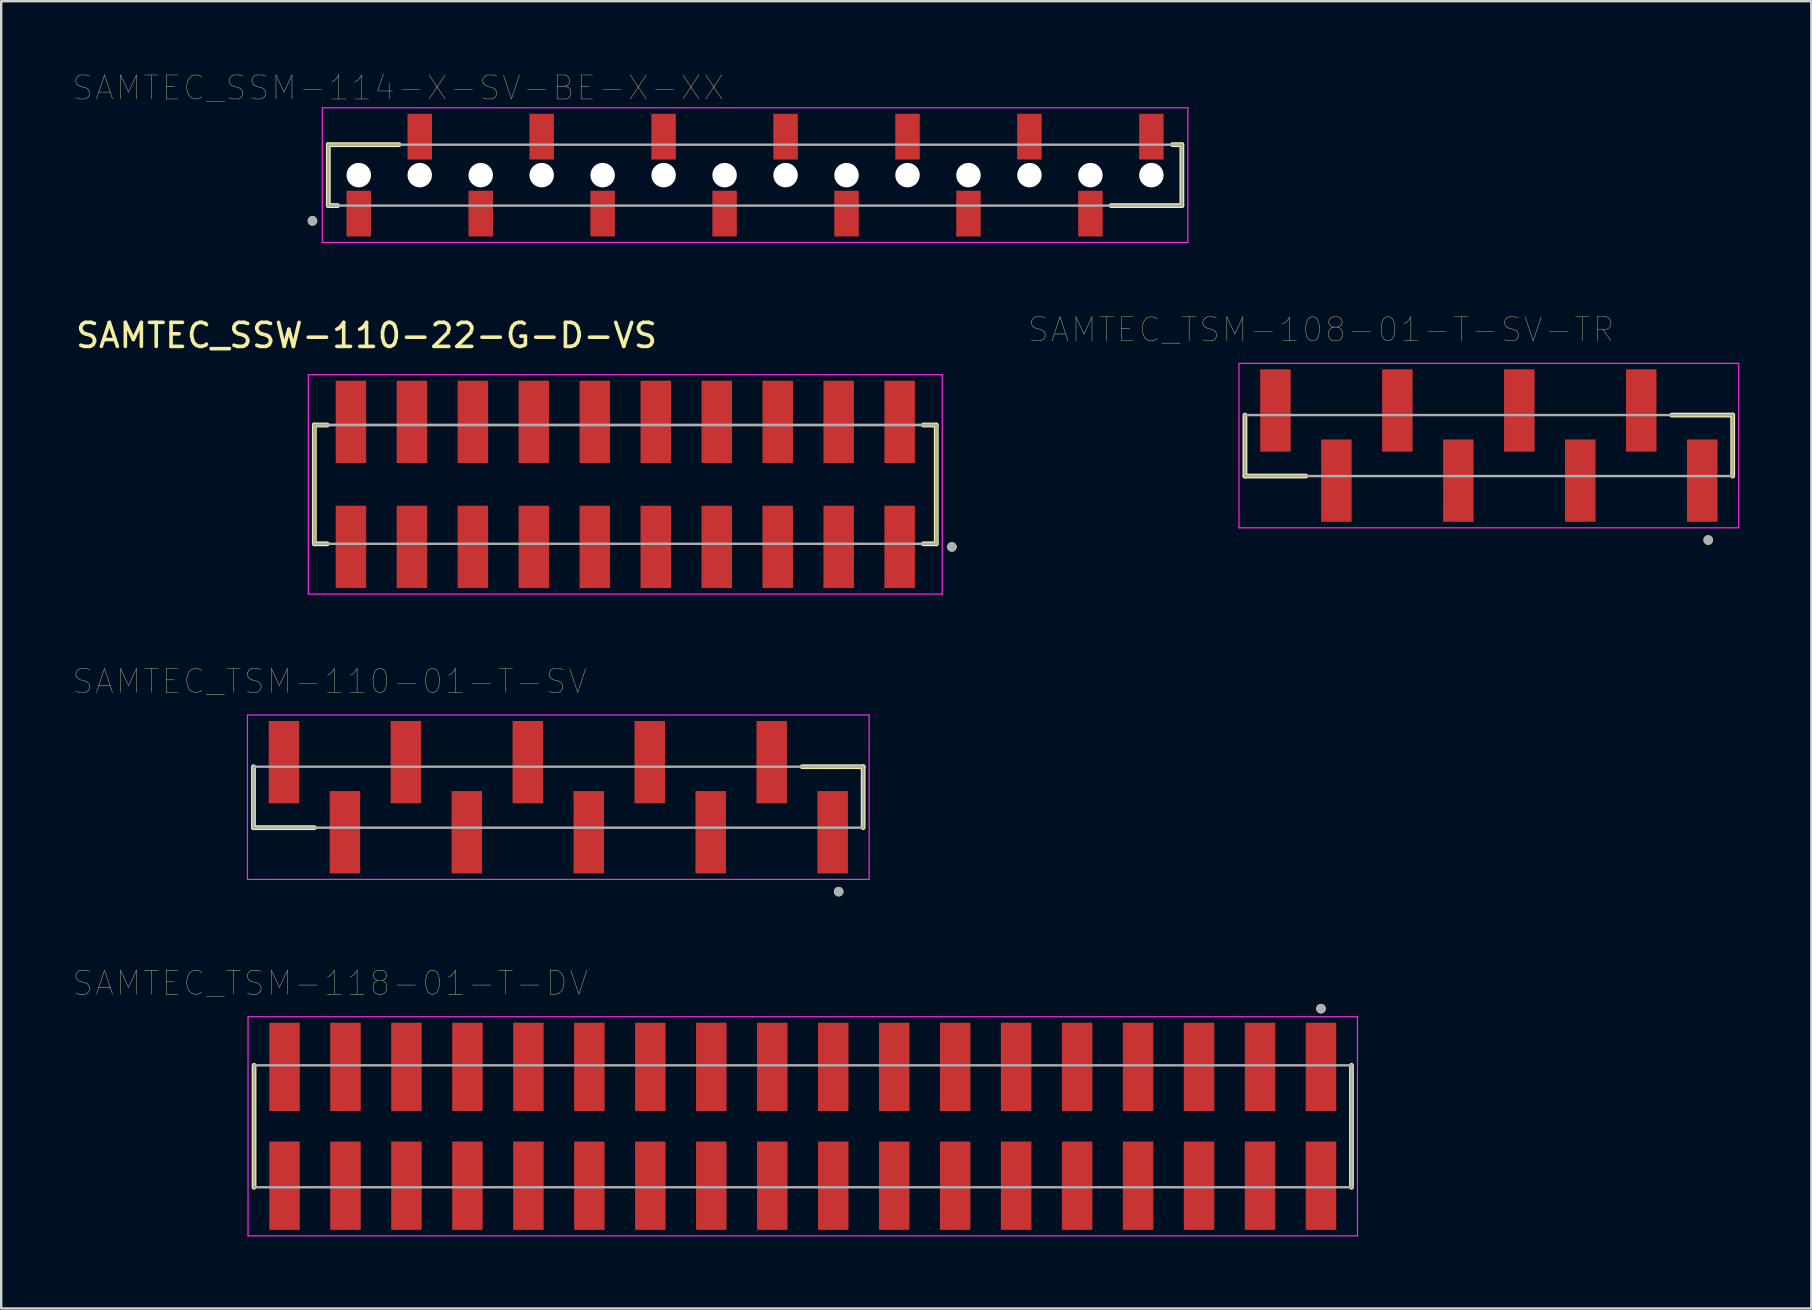
<source format=kicad_pcb>
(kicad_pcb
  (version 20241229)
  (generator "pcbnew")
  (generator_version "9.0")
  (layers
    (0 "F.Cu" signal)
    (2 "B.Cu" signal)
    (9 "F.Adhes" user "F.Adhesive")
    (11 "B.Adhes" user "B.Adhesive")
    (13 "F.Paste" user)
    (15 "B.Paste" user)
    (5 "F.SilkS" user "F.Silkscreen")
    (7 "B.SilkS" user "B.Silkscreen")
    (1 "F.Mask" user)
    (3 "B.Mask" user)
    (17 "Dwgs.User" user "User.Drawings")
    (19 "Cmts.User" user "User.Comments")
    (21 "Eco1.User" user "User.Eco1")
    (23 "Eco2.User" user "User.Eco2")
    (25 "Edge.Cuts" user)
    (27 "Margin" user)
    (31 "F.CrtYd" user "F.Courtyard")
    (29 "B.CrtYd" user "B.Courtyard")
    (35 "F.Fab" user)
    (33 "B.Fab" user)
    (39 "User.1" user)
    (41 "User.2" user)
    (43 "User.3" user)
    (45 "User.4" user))
  (footprint "SAMTEC_SSM-114-X-SV-BE-X-XX"
    (layer "F.Cu")
    (at 28.407 4.246)
    (property "Reference" "SAMTEC_SSM-114-X-SV-BE-X-XX" (at -14.865 -3.635 0) (layer "F.SilkS") (effects (font (size 1 1) (thickness 0.015))))
    (attr smd)
    (fp_line (start -17.78 -1.27) (end -17.78 1.27) (stroke (width 0.2) (type solid)) (layer "F.SilkS"))
    (fp_line (start -17.78 1.27) (end -17.39 1.27) (stroke (width 0.2) (type solid)) (layer "F.SilkS"))
    (fp_line (start -14.83 -1.27) (end -17.78 -1.27) (stroke (width 0.2) (type solid)) (layer "F.SilkS"))
    (fp_line (start 17.39 -1.27) (end 17.78 -1.27) (stroke (width 0.2) (type solid)) (layer "F.SilkS"))
    (fp_line (start 17.78 -1.27) (end 17.78 1.27) (stroke (width 0.2) (type solid)) (layer "F.SilkS"))
    (fp_line (start 17.78 1.27) (end 14.83 1.27) (stroke (width 0.2) (type solid)) (layer "F.SilkS"))
    (fp_circle (center -18.44 1.905) (end -18.34 1.905) (stroke (width 0.2) (type solid)) (fill no) (layer "F.SilkS"))
    (fp_line (start -18.03 -2.805) (end 18.03 -2.805) (stroke (width 0.05) (type solid)) (layer "F.CrtYd"))
    (fp_line (start -18.03 2.805) (end -18.03 -2.805) (stroke (width 0.05) (type solid)) (layer "F.CrtYd"))
    (fp_line (start 18.03 -2.805) (end 18.03 2.805) (stroke (width 0.05) (type solid)) (layer "F.CrtYd"))
    (fp_line (start 18.03 2.805) (end -18.03 2.805) (stroke (width 0.05) (type solid)) (layer "F.CrtYd"))
    (fp_line (start -17.78 -1.27) (end -17.78 1.27) (stroke (width 0.1) (type solid)) (layer "F.Fab"))
    (fp_line (start -17.78 1.27) (end 17.78 1.27) (stroke (width 0.1) (type solid)) (layer "F.Fab"))
    (fp_line (start 17.78 -1.27) (end -17.78 -1.27) (stroke (width 0.1) (type solid)) (layer "F.Fab"))
    (fp_line (start 17.78 1.27) (end 17.78 -1.27) (stroke (width 0.1) (type solid)) (layer "F.Fab"))
    (fp_circle (center -18.44 1.905) (end -18.34 1.905) (stroke (width 0.2) (type solid)) (fill no) (layer "F.Fab"))
    (pad "" np_thru_hole circle (at -16.51 0) (size 1.02 1.02) (drill 1.02) (layers "*.Cu" "*.Mask"))
    (pad "" np_thru_hole circle (at -13.97 0) (size 1.02 1.02) (drill 1.02) (layers "*.Cu" "*.Mask"))
    (pad "" np_thru_hole circle (at -11.43 0) (size 1.02 1.02) (drill 1.02) (layers "*.Cu" "*.Mask"))
    (pad "" np_thru_hole circle (at -8.89 0) (size 1.02 1.02) (drill 1.02) (layers "*.Cu" "*.Mask"))
    (pad "" np_thru_hole circle (at -6.35 0) (size 1.02 1.02) (drill 1.02) (layers "*.Cu" "*.Mask"))
    (pad "" np_thru_hole circle (at -3.81 0) (size 1.02 1.02) (drill 1.02) (layers "*.Cu" "*.Mask"))
    (pad "" np_thru_hole circle (at -1.27 0) (size 1.02 1.02) (drill 1.02) (layers "*.Cu" "*.Mask"))
    (pad "" np_thru_hole circle (at 1.27 0) (size 1.02 1.02) (drill 1.02) (layers "*.Cu" "*.Mask"))
    (pad "" np_thru_hole circle (at 3.81 0) (size 1.02 1.02) (drill 1.02) (layers "*.Cu" "*.Mask"))
    (pad "" np_thru_hole circle (at 6.35 0) (size 1.02 1.02) (drill 1.02) (layers "*.Cu" "*.Mask"))
    (pad "" np_thru_hole circle (at 8.89 0) (size 1.02 1.02) (drill 1.02) (layers "*.Cu" "*.Mask"))
    (pad "" np_thru_hole circle (at 11.43 0) (size 1.02 1.02) (drill 1.02) (layers "*.Cu" "*.Mask"))
    (pad "" np_thru_hole circle (at 13.97 0) (size 1.02 1.02) (drill 1.02) (layers "*.Cu" "*.Mask"))
    (pad "" np_thru_hole circle (at 16.51 0) (size 1.02 1.02) (drill 1.02) (layers "*.Cu" "*.Mask"))
    (pad "01" smd rect (at -16.51 1.603) (size 1.02 1.905) (layers "F.Cu" "F.Mask" "F.Paste"))
    (pad "02" smd rect (at -13.97 -1.603) (size 1.02 1.905) (layers "F.Cu" "F.Mask" "F.Paste"))
    (pad "03" smd rect (at -11.43 1.603) (size 1.02 1.905) (layers "F.Cu" "F.Mask" "F.Paste"))
    (pad "04" smd rect (at -8.89 -1.603) (size 1.02 1.905) (layers "F.Cu" "F.Mask" "F.Paste"))
    (pad "05" smd rect (at -6.35 1.603) (size 1.02 1.905) (layers "F.Cu" "F.Mask" "F.Paste"))
    (pad "06" smd rect (at -3.81 -1.603) (size 1.02 1.905) (layers "F.Cu" "F.Mask" "F.Paste"))
    (pad "07" smd rect (at -1.27 1.603) (size 1.02 1.905) (layers "F.Cu" "F.Mask" "F.Paste"))
    (pad "08" smd rect (at 1.27 -1.603) (size 1.02 1.905) (layers "F.Cu" "F.Mask" "F.Paste"))
    (pad "09" smd rect (at 3.81 1.603) (size 1.02 1.905) (layers "F.Cu" "F.Mask" "F.Paste"))
    (pad "10" smd rect (at 6.35 -1.603) (size 1.02 1.905) (layers "F.Cu" "F.Mask" "F.Paste"))
    (pad "11" smd rect (at 8.89 1.603) (size 1.02 1.905) (layers "F.Cu" "F.Mask" "F.Paste"))
    (pad "12" smd rect (at 11.43 -1.603) (size 1.02 1.905) (layers "F.Cu" "F.Mask" "F.Paste"))
    (pad "13" smd rect (at 13.97 1.603) (size 1.02 1.905) (layers "F.Cu" "F.Mask" "F.Paste"))
    (pad "14" smd rect (at 16.51 -1.603) (size 1.02 1.905) (layers "F.Cu" "F.Mask" "F.Paste")))
  (footprint "SAMTEC_TSM-110-01-T-SV"
    (layer "F.Cu")
    (at 20.209 30.161)
    (property "Reference" "SAMTEC_TSM-110-01-T-SV" (at -9.525 -4.825 0) (layer "F.SilkS") (effects (font (size 1 1) (thickness 0.015))))
    (attr through_hole)
    (fp_line (start -12.7 1.27) (end -12.7 -1.27) (stroke (width 0.2) (type solid)) (layer "F.SilkS"))
    (fp_line (start -12.7 1.27) (end -10.16 1.27) (stroke (width 0.2) (type solid)) (layer "F.SilkS"))
    (fp_line (start 10.16 -1.27) (end 12.7 -1.27) (stroke (width 0.2) (type solid)) (layer "F.SilkS"))
    (fp_line (start 12.7 -1.27) (end 12.7 1.27) (stroke (width 0.2) (type solid)) (layer "F.SilkS"))
    (fp_circle (center 11.68 3.935) (end 11.78 3.935) (stroke (width 0.2) (type solid)) (fill no) (layer "F.SilkS"))
    (fp_line (start -12.95 -3.425) (end 12.95 -3.425) (stroke (width 0.05) (type solid)) (layer "F.CrtYd"))
    (fp_line (start -12.95 3.425) (end -12.95 -3.425) (stroke (width 0.05) (type solid)) (layer "F.CrtYd"))
    (fp_line (start 12.95 -3.425) (end 12.95 3.425) (stroke (width 0.05) (type solid)) (layer "F.CrtYd"))
    (fp_line (start 12.95 3.425) (end -12.95 3.425) (stroke (width 0.05) (type solid)) (layer "F.CrtYd"))
    (fp_line (start -12.7 -1.27) (end 12.7 -1.27) (stroke (width 0.1) (type solid)) (layer "F.Fab"))
    (fp_line (start -12.7 1.27) (end -12.7 -1.27) (stroke (width 0.1) (type solid)) (layer "F.Fab"))
    (fp_line (start 12.7 -1.27) (end 12.7 1.27) (stroke (width 0.1) (type solid)) (layer "F.Fab"))
    (fp_line (start 12.7 1.27) (end -12.7 1.27) (stroke (width 0.1) (type solid)) (layer "F.Fab"))
    (fp_circle (center 11.68 3.935) (end 11.78 3.935) (stroke (width 0.2) (type solid)) (fill no) (layer "F.Fab"))
    (pad "01" smd rect (at 11.43 1.46) (size 1.27 3.43) (layers "F.Cu" "F.Mask" "F.Paste"))
    (pad "02" smd rect (at 8.89 -1.46) (size 1.27 3.43) (layers "F.Cu" "F.Mask" "F.Paste"))
    (pad "03" smd rect (at 6.35 1.46) (size 1.27 3.43) (layers "F.Cu" "F.Mask" "F.Paste"))
    (pad "04" smd rect (at 3.81 -1.46) (size 1.27 3.43) (layers "F.Cu" "F.Mask" "F.Paste"))
    (pad "05" smd rect (at 1.27 1.46) (size 1.27 3.43) (layers "F.Cu" "F.Mask" "F.Paste"))
    (pad "06" smd rect (at -1.27 -1.46) (size 1.27 3.43) (layers "F.Cu" "F.Mask" "F.Paste"))
    (pad "07" smd rect (at -3.81 1.46) (size 1.27 3.43) (layers "F.Cu" "F.Mask" "F.Paste"))
    (pad "08" smd rect (at -6.35 -1.46) (size 1.27 3.43) (layers "F.Cu" "F.Mask" "F.Paste"))
    (pad "09" smd rect (at -8.89 1.46) (size 1.27 3.43) (layers "F.Cu" "F.Mask" "F.Paste"))
    (pad "10" smd rect (at -11.43 -1.46) (size 1.27 3.43) (layers "F.Cu" "F.Mask" "F.Paste")))
  (footprint "SAMTEC_SSW-110-22-G-D-VS"
    (layer "F.Cu")
    (at 23 17.13)
    (property "Reference" "SAMTEC_SSW-110-22-G-D-VS" (at -10.78 -6.205 0) (layer "F.SilkS") (effects (font (size 1 1) (thickness 0.15))))
    (attr smd)
    (fp_line (start -12.955 -2.475) (end -12.415 -2.475) (stroke (width 0.2) (type solid)) (layer "F.SilkS"))
    (fp_line (start -12.955 2.475) (end -12.955 -2.475) (stroke (width 0.2) (type solid)) (layer "F.SilkS"))
    (fp_line (start -12.415 2.475) (end -12.955 2.475) (stroke (width 0.2) (type solid)) (layer "F.SilkS"))
    (fp_line (start 12.415 -2.475) (end 12.955 -2.475) (stroke (width 0.2) (type solid)) (layer "F.SilkS"))
    (fp_line (start 12.415 2.475) (end 12.955 2.475) (stroke (width 0.2) (type solid)) (layer "F.SilkS"))
    (fp_line (start 12.955 -2.475) (end 12.955 2.475) (stroke (width 0.2) (type solid)) (layer "F.SilkS"))
    (fp_circle (center 13.605 2.605) (end 13.705 2.605) (stroke (width 0.2) (type solid)) (fill no) (layer "F.SilkS"))
    (fp_line (start -13.205 -4.57) (end 13.205 -4.57) (stroke (width 0.05) (type solid)) (layer "F.CrtYd"))
    (fp_line (start -13.205 4.57) (end -13.205 -4.57) (stroke (width 0.05) (type solid)) (layer "F.CrtYd"))
    (fp_line (start 13.205 -4.57) (end 13.205 4.57) (stroke (width 0.05) (type solid)) (layer "F.CrtYd"))
    (fp_line (start 13.205 4.57) (end -13.205 4.57) (stroke (width 0.05) (type solid)) (layer "F.CrtYd"))
    (fp_line (start -12.955 -2.475) (end 12.955 -2.475) (stroke (width 0.1) (type solid)) (layer "F.Fab"))
    (fp_line (start -12.955 -2.475) (end 12.955 -2.475) (stroke (width 0.1) (type solid)) (layer "F.Fab"))
    (fp_line (start -12.955 2.475) (end -12.955 -2.475) (stroke (width 0.1) (type solid)) (layer "F.Fab"))
    (fp_line (start -12.955 2.475) (end -12.955 -2.475) (stroke (width 0.1) (type solid)) (layer "F.Fab"))
    (fp_line (start 12.955 -2.475) (end 12.955 2.475) (stroke (width 0.1) (type solid)) (layer "F.Fab"))
    (fp_line (start 12.955 -2.475) (end 12.955 2.475) (stroke (width 0.1) (type solid)) (layer "F.Fab"))
    (fp_line (start 12.955 2.475) (end -12.955 2.475) (stroke (width 0.1) (type solid)) (layer "F.Fab"))
    (fp_circle (center 13.605 2.605) (end 13.705 2.605) (stroke (width 0.2) (type solid)) (fill no) (layer "F.Fab"))
    (pad "01" smd rect (at 11.43 2.605) (size 1.27 3.43) (layers "F.Cu" "F.Mask" "F.Paste"))
    (pad "02" smd rect (at 11.43 -2.605) (size 1.27 3.43) (layers "F.Cu" "F.Mask" "F.Paste"))
    (pad "03" smd rect (at 8.89 2.605) (size 1.27 3.43) (layers "F.Cu" "F.Mask" "F.Paste"))
    (pad "04" smd rect (at 8.89 -2.605) (size 1.27 3.43) (layers "F.Cu" "F.Mask" "F.Paste"))
    (pad "05" smd rect (at 6.35 2.605) (size 1.27 3.43) (layers "F.Cu" "F.Mask" "F.Paste"))
    (pad "06" smd rect (at 6.35 -2.605) (size 1.27 3.43) (layers "F.Cu" "F.Mask" "F.Paste"))
    (pad "07" smd rect (at 3.81 2.605) (size 1.27 3.43) (layers "F.Cu" "F.Mask" "F.Paste"))
    (pad "08" smd rect (at 3.81 -2.605) (size 1.27 3.43) (layers "F.Cu" "F.Mask" "F.Paste"))
    (pad "09" smd rect (at 1.27 2.605) (size 1.27 3.43) (layers "F.Cu" "F.Mask" "F.Paste"))
    (pad "10" smd rect (at 1.27 -2.605) (size 1.27 3.43) (layers "F.Cu" "F.Mask" "F.Paste"))
    (pad "11" smd rect (at -1.27 2.605) (size 1.27 3.43) (layers "F.Cu" "F.Mask" "F.Paste"))
    (pad "12" smd rect (at -1.27 -2.605) (size 1.27 3.43) (layers "F.Cu" "F.Mask" "F.Paste"))
    (pad "13" smd rect (at -3.81 2.605) (size 1.27 3.43) (layers "F.Cu" "F.Mask" "F.Paste"))
    (pad "14" smd rect (at -3.81 -2.605) (size 1.27 3.43) (layers "F.Cu" "F.Mask" "F.Paste"))
    (pad "15" smd rect (at -6.35 2.605) (size 1.27 3.43) (layers "F.Cu" "F.Mask" "F.Paste"))
    (pad "16" smd rect (at -6.35 -2.605) (size 1.27 3.43) (layers "F.Cu" "F.Mask" "F.Paste"))
    (pad "17" smd rect (at -8.89 2.605) (size 1.27 3.43) (layers "F.Cu" "F.Mask" "F.Paste"))
    (pad "18" smd rect (at -8.89 -2.605) (size 1.27 3.43) (layers "F.Cu" "F.Mask" "F.Paste"))
    (pad "19" smd rect (at -11.43 2.605) (size 1.27 3.43) (layers "F.Cu" "F.Mask" "F.Paste"))
    (pad "20" smd rect (at -11.43 -2.605) (size 1.27 3.43) (layers "F.Cu" "F.Mask" "F.Paste")))
  (footprint "SAMTEC_TSM-118-01-T-DV"
    (layer "F.Cu")
    (at 30.393 43.872)
    (property "Reference" "SAMTEC_TSM-118-01-T-DV" (at -19.685 -5.965 0) (layer "F.SilkS") (effects (font (size 1 1) (thickness 0.015))))
    (attr through_hole)
    (fp_line (start -22.86 2.54) (end -22.86 -2.54) (stroke (width 0.2) (type solid)) (layer "F.SilkS"))
    (fp_line (start 22.86 -2.54) (end 22.86 2.54) (stroke (width 0.2) (type solid)) (layer "F.SilkS"))
    (fp_circle (center 21.59 -4.9) (end 21.69 -4.9) (stroke (width 0.2) (type solid)) (fill no) (layer "F.SilkS"))
    (fp_line (start -23.11 -4.565) (end 23.11 -4.565) (stroke (width 0.05) (type solid)) (layer "F.CrtYd"))
    (fp_line (start -23.11 4.565) (end -23.11 -4.565) (stroke (width 0.05) (type solid)) (layer "F.CrtYd"))
    (fp_line (start 23.11 -4.565) (end 23.11 4.565) (stroke (width 0.05) (type solid)) (layer "F.CrtYd"))
    (fp_line (start 23.11 4.565) (end -23.11 4.565) (stroke (width 0.05) (type solid)) (layer "F.CrtYd"))
    (fp_line (start -22.86 -2.54) (end 22.86 -2.54) (stroke (width 0.1) (type solid)) (layer "F.Fab"))
    (fp_line (start -22.86 2.54) (end -22.86 -2.54) (stroke (width 0.1) (type solid)) (layer "F.Fab"))
    (fp_line (start 22.86 -2.54) (end 22.86 2.54) (stroke (width 0.1) (type solid)) (layer "F.Fab"))
    (fp_line (start 22.86 2.54) (end -22.86 2.54) (stroke (width 0.1) (type solid)) (layer "F.Fab"))
    (fp_circle (center 21.59 -4.9) (end 21.69 -4.9) (stroke (width 0.2) (type solid)) (fill no) (layer "F.Fab"))
    (pad "01" smd rect (at 21.59 -2.475) (size 1.27 3.68) (layers "F.Cu" "F.Mask" "F.Paste"))
    (pad "02" smd rect (at 21.59 2.475) (size 1.27 3.68) (layers "F.Cu" "F.Mask" "F.Paste"))
    (pad "03" smd rect (at 19.05 -2.475) (size 1.27 3.68) (layers "F.Cu" "F.Mask" "F.Paste"))
    (pad "04" smd rect (at 19.05 2.475) (size 1.27 3.68) (layers "F.Cu" "F.Mask" "F.Paste"))
    (pad "05" smd rect (at 16.51 -2.475) (size 1.27 3.68) (layers "F.Cu" "F.Mask" "F.Paste"))
    (pad "06" smd rect (at 16.51 2.475) (size 1.27 3.68) (layers "F.Cu" "F.Mask" "F.Paste"))
    (pad "07" smd rect (at 13.97 -2.475) (size 1.27 3.68) (layers "F.Cu" "F.Mask" "F.Paste"))
    (pad "08" smd rect (at 13.97 2.475) (size 1.27 3.68) (layers "F.Cu" "F.Mask" "F.Paste"))
    (pad "09" smd rect (at 11.43 -2.475) (size 1.27 3.68) (layers "F.Cu" "F.Mask" "F.Paste"))
    (pad "10" smd rect (at 11.43 2.475) (size 1.27 3.68) (layers "F.Cu" "F.Mask" "F.Paste"))
    (pad "11" smd rect (at 8.89 -2.475) (size 1.27 3.68) (layers "F.Cu" "F.Mask" "F.Paste"))
    (pad "12" smd rect (at 8.89 2.475) (size 1.27 3.68) (layers "F.Cu" "F.Mask" "F.Paste"))
    (pad "13" smd rect (at 6.35 -2.475) (size 1.27 3.68) (layers "F.Cu" "F.Mask" "F.Paste"))
    (pad "14" smd rect (at 6.35 2.475) (size 1.27 3.68) (layers "F.Cu" "F.Mask" "F.Paste"))
    (pad "15" smd rect (at 3.81 -2.475) (size 1.27 3.68) (layers "F.Cu" "F.Mask" "F.Paste"))
    (pad "16" smd rect (at 3.81 2.475) (size 1.27 3.68) (layers "F.Cu" "F.Mask" "F.Paste"))
    (pad "17" smd rect (at 1.27 -2.475) (size 1.27 3.68) (layers "F.Cu" "F.Mask" "F.Paste"))
    (pad "18" smd rect (at 1.27 2.475) (size 1.27 3.68) (layers "F.Cu" "F.Mask" "F.Paste"))
    (pad "19" smd rect (at -1.27 -2.475) (size 1.27 3.68) (layers "F.Cu" "F.Mask" "F.Paste"))
    (pad "20" smd rect (at -1.27 2.475) (size 1.27 3.68) (layers "F.Cu" "F.Mask" "F.Paste"))
    (pad "21" smd rect (at -3.81 -2.475) (size 1.27 3.68) (layers "F.Cu" "F.Mask" "F.Paste"))
    (pad "22" smd rect (at -3.81 2.475) (size 1.27 3.68) (layers "F.Cu" "F.Mask" "F.Paste"))
    (pad "23" smd rect (at -6.35 -2.475) (size 1.27 3.68) (layers "F.Cu" "F.Mask" "F.Paste"))
    (pad "24" smd rect (at -6.35 2.475) (size 1.27 3.68) (layers "F.Cu" "F.Mask" "F.Paste"))
    (pad "25" smd rect (at -8.89 -2.475) (size 1.27 3.68) (layers "F.Cu" "F.Mask" "F.Paste"))
    (pad "26" smd rect (at -8.89 2.475) (size 1.27 3.68) (layers "F.Cu" "F.Mask" "F.Paste"))
    (pad "27" smd rect (at -11.43 -2.475) (size 1.27 3.68) (layers "F.Cu" "F.Mask" "F.Paste"))
    (pad "28" smd rect (at -11.43 2.475) (size 1.27 3.68) (layers "F.Cu" "F.Mask" "F.Paste"))
    (pad "29" smd rect (at -13.97 -2.475) (size 1.27 3.68) (layers "F.Cu" "F.Mask" "F.Paste"))
    (pad "30" smd rect (at -13.97 2.475) (size 1.27 3.68) (layers "F.Cu" "F.Mask" "F.Paste"))
    (pad "31" smd rect (at -16.51 -2.475) (size 1.27 3.68) (layers "F.Cu" "F.Mask" "F.Paste"))
    (pad "32" smd rect (at -16.51 2.475) (size 1.27 3.68) (layers "F.Cu" "F.Mask" "F.Paste"))
    (pad "33" smd rect (at -19.05 -2.475) (size 1.27 3.68) (layers "F.Cu" "F.Mask" "F.Paste"))
    (pad "34" smd rect (at -19.05 2.475) (size 1.27 3.68) (layers "F.Cu" "F.Mask" "F.Paste"))
    (pad "35" smd rect (at -21.59 -2.475) (size 1.27 3.68) (layers "F.Cu" "F.Mask" "F.Paste"))
    (pad "36" smd rect (at -21.59 2.475) (size 1.27 3.68) (layers "F.Cu" "F.Mask" "F.Paste")))
  (footprint "SAMTEC_TSM-108-01-T-SV-TR"
    (layer "F.Cu")
    (at 58.975 15.513)
    (property "Reference" "SAMTEC_TSM-108-01-T-SV-TR" (at -6.985 -4.825 0) (layer "F.SilkS") (effects (font (size 1 1) (thickness 0.015))))
    (attr through_hole)
    (fp_line (start -10.16 1.27) (end -10.16 -1.27) (stroke (width 0.2) (type solid)) (layer "F.SilkS"))
    (fp_line (start -10.16 1.27) (end -7.62 1.27) (stroke (width 0.2) (type solid)) (layer "F.SilkS"))
    (fp_line (start 7.62 -1.27) (end 10.16 -1.27) (stroke (width 0.2) (type solid)) (layer "F.SilkS"))
    (fp_line (start 10.16 -1.27) (end 10.16 1.27) (stroke (width 0.2) (type solid)) (layer "F.SilkS"))
    (fp_circle (center 9.14 3.935) (end 9.24 3.935) (stroke (width 0.2) (type solid)) (fill no) (layer "F.SilkS"))
    (fp_line (start -10.41 -3.425) (end 10.41 -3.425) (stroke (width 0.05) (type solid)) (layer "F.CrtYd"))
    (fp_line (start -10.41 3.425) (end -10.41 -3.425) (stroke (width 0.05) (type solid)) (layer "F.CrtYd"))
    (fp_line (start 10.41 -3.425) (end 10.41 3.425) (stroke (width 0.05) (type solid)) (layer "F.CrtYd"))
    (fp_line (start 10.41 3.425) (end -10.41 3.425) (stroke (width 0.05) (type solid)) (layer "F.CrtYd"))
    (fp_line (start -10.16 -1.27) (end 10.16 -1.27) (stroke (width 0.1) (type solid)) (layer "F.Fab"))
    (fp_line (start -10.16 1.27) (end -10.16 -1.27) (stroke (width 0.1) (type solid)) (layer "F.Fab"))
    (fp_line (start 10.16 -1.27) (end 10.16 1.27) (stroke (width 0.1) (type solid)) (layer "F.Fab"))
    (fp_line (start 10.16 1.27) (end -10.16 1.27) (stroke (width 0.1) (type solid)) (layer "F.Fab"))
    (fp_circle (center 9.14 3.935) (end 9.24 3.935) (stroke (width 0.2) (type solid)) (fill no) (layer "F.Fab"))
    (pad "01" smd rect (at 8.89 1.46) (size 1.27 3.43) (layers "F.Cu" "F.Mask" "F.Paste"))
    (pad "02" smd rect (at 6.35 -1.46) (size 1.27 3.43) (layers "F.Cu" "F.Mask" "F.Paste"))
    (pad "03" smd rect (at 3.81 1.46) (size 1.27 3.43) (layers "F.Cu" "F.Mask" "F.Paste"))
    (pad "04" smd rect (at 1.27 -1.46) (size 1.27 3.43) (layers "F.Cu" "F.Mask" "F.Paste"))
    (pad "05" smd rect (at -1.27 1.46) (size 1.27 3.43) (layers "F.Cu" "F.Mask" "F.Paste"))
    (pad "06" smd rect (at -3.81 -1.46) (size 1.27 3.43) (layers "F.Cu" "F.Mask" "F.Paste"))
    (pad "07" smd rect (at -6.35 1.46) (size 1.27 3.43) (layers "F.Cu" "F.Mask" "F.Paste"))
    (pad "08" smd rect (at -8.89 -1.46) (size 1.27 3.43) (layers "F.Cu" "F.Mask" "F.Paste")))
  (gr_rect
    (start -3 -3)
    (end 72.41 51.462)
    (stroke (width 0.1) (type default))
    (fill no)
    (layer "Edge.Cuts")))
</source>
